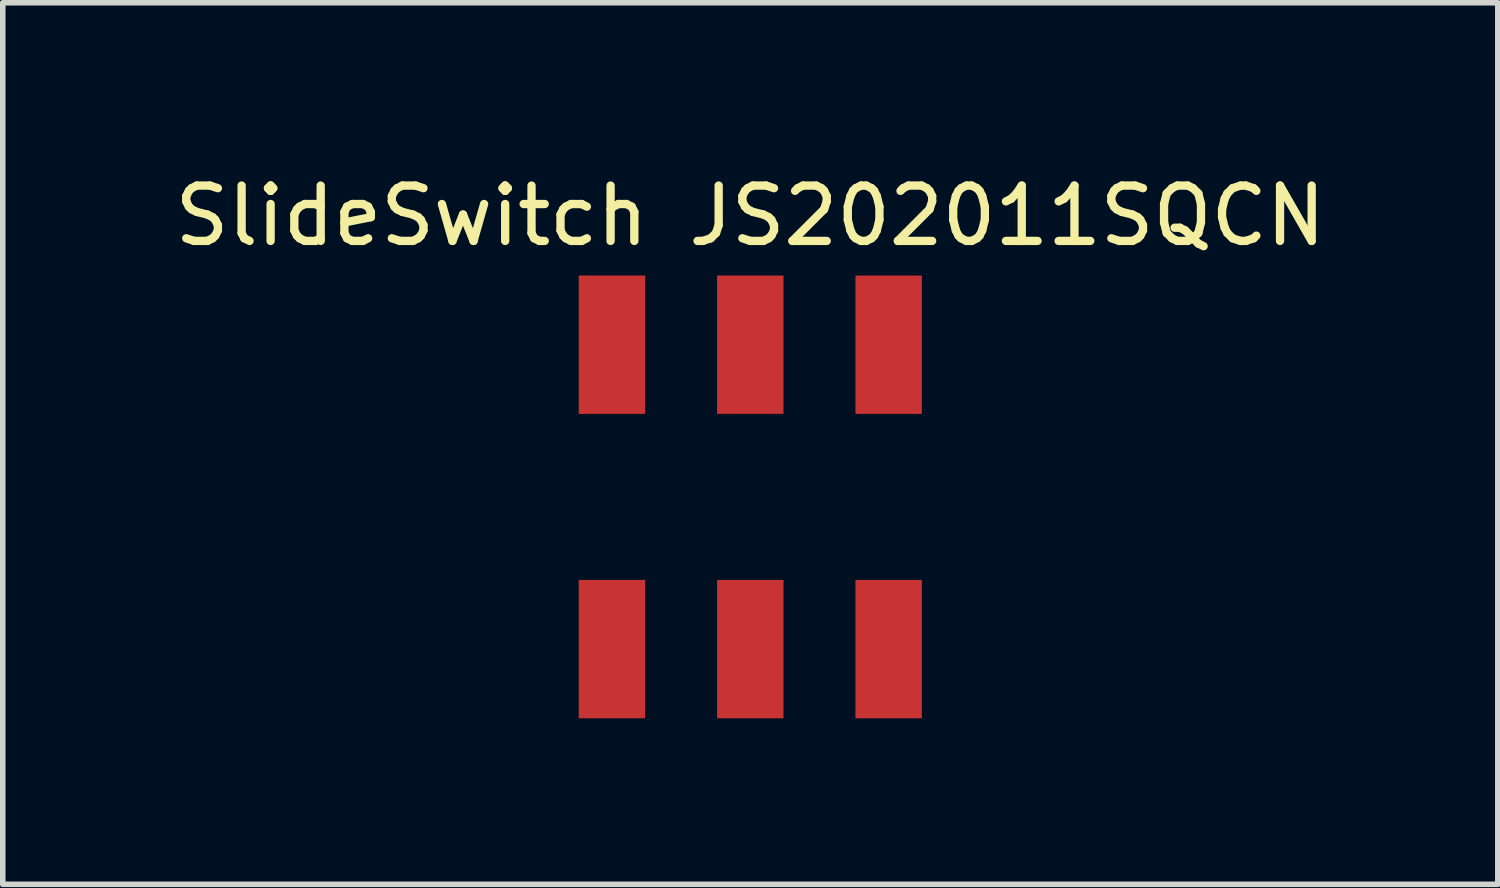
<source format=kicad_pcb>
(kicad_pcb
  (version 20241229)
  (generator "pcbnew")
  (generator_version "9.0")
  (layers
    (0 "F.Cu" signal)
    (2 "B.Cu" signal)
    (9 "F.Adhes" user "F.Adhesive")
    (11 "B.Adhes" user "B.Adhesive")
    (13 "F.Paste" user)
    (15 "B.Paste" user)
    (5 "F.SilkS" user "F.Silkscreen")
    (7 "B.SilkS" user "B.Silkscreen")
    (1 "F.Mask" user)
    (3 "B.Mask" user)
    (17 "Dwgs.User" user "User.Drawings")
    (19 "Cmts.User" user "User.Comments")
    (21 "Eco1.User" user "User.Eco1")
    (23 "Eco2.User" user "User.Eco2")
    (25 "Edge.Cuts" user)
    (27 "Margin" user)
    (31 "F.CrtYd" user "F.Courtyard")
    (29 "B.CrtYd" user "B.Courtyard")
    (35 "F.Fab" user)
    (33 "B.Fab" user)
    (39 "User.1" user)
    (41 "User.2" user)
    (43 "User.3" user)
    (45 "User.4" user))
  (footprint "SlideSwitch JS202011SQCN"
    (layer "F.Cu")
    (at 10.506 5.928)
    (property "Reference" "SlideSwitch JS202011SQCN" (at 0 -5.08 0) (layer "F.SilkS") (effects (font (size 1 1) (thickness 0.15))))
    (attr through_hole)
    (pad "1" smd rect (at -2.5 2.75) (size 1.2 2.5) (layers "F.Cu" "F.Mask" "F.Paste"))
    (pad "2" smd rect (at 0 2.75) (size 1.2 2.5) (layers "F.Cu" "F.Mask" "F.Paste"))
    (pad "3" smd rect (at 2.5 2.75) (size 1.2 2.5) (layers "F.Cu" "F.Mask" "F.Paste"))
    (pad "4" smd rect (at -2.5 -2.75) (size 1.2 2.5) (layers "F.Cu" "F.Mask" "F.Paste"))
    (pad "5" smd rect (at 0 -2.75) (size 1.2 2.5) (layers "F.Cu" "F.Mask" "F.Paste"))
    (pad "6" smd rect (at 2.5 -2.75) (size 1.2 2.5) (layers "F.Cu" "F.Mask" "F.Paste")))
  (gr_rect
    (start -3 -3)
    (end 24.012 12.928)
    (stroke (width 0.1) (type default))
    (fill no)
    (layer "Edge.Cuts")))
</source>
